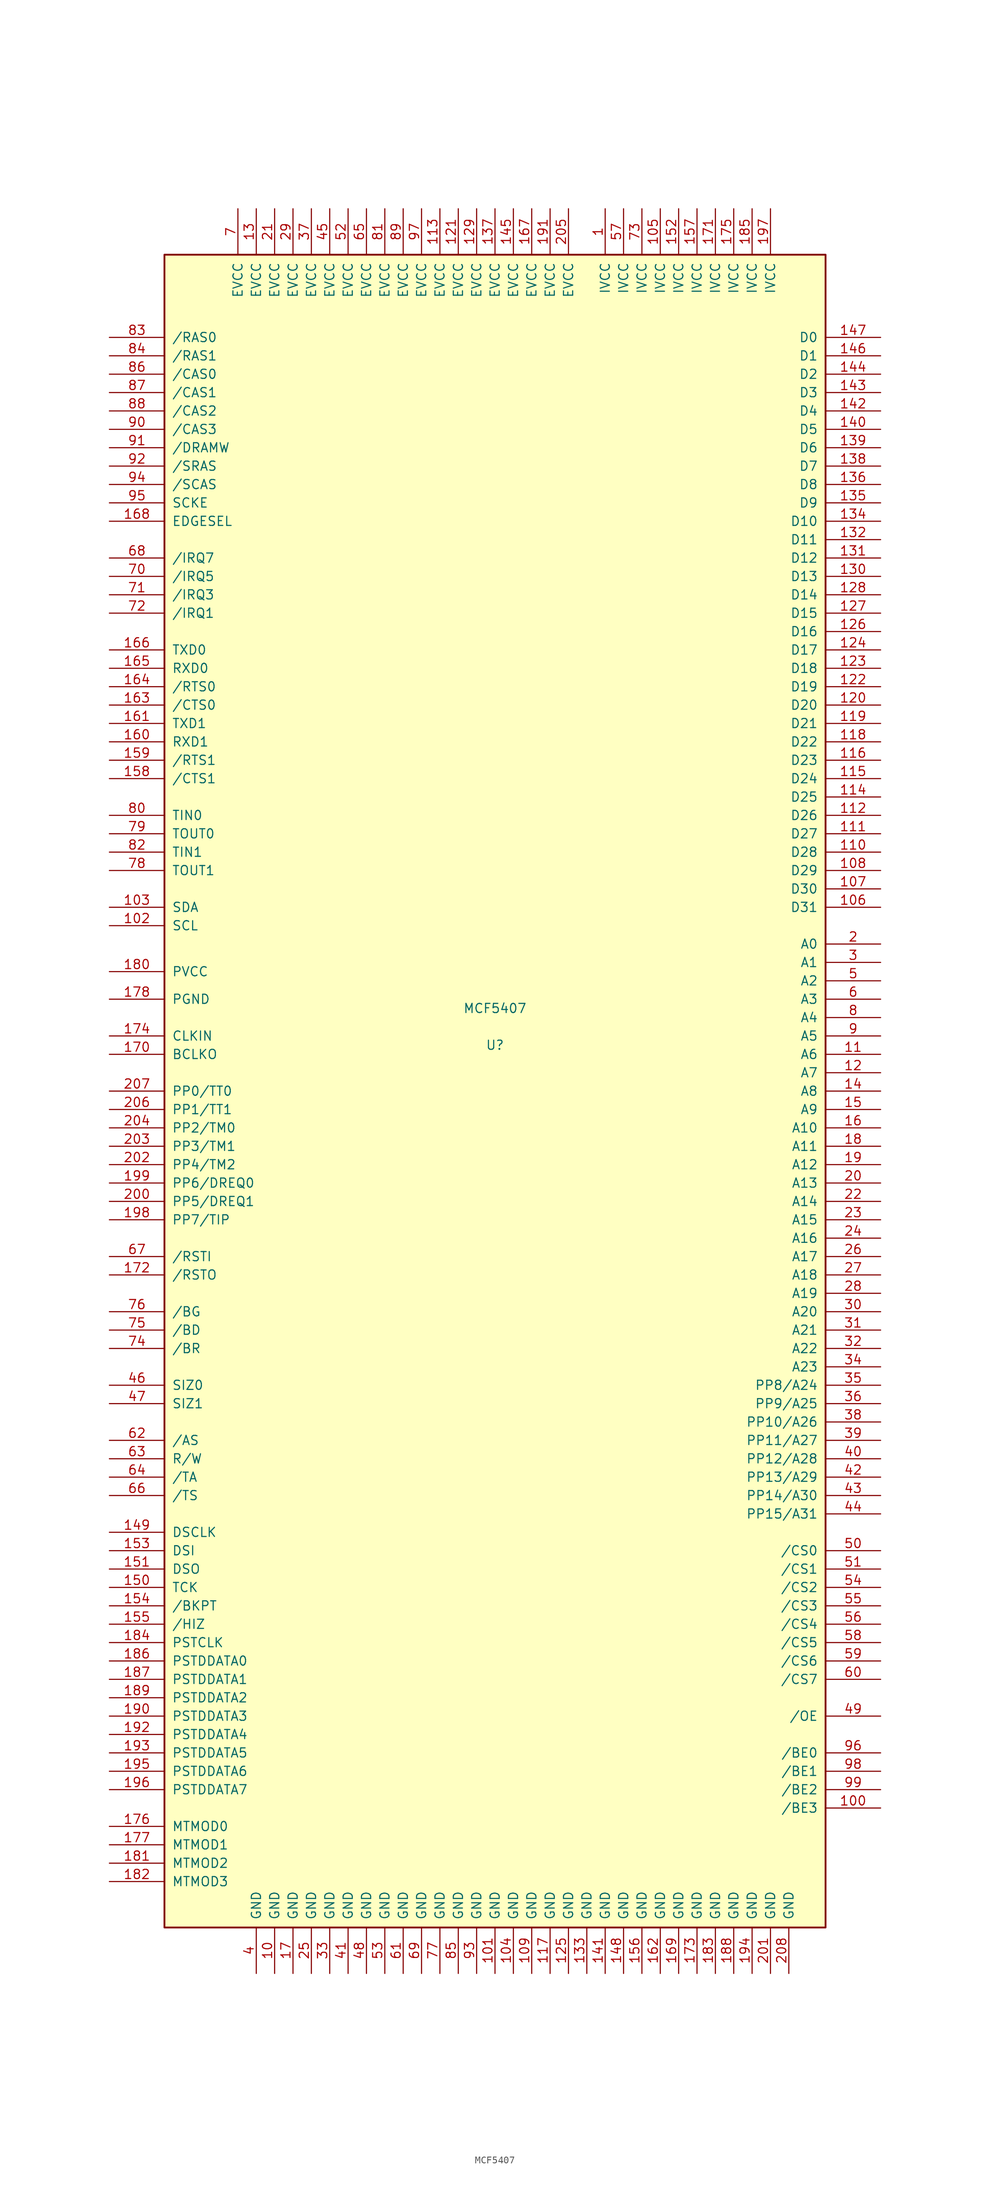
<source format=kicad_sym>
(kicad_symbol_lib
  (version 20201005)
  (generator kicad_symbol_editor)
  (symbol "MCF5407"
    (pin_names
      (offset 1.016))
    (property "Reference" "U"
      (at 0 6.35 0)
      (effects (font (size 1.27 1.27))))
    (property "Value" "MCF5407"
      (at 0 11.43 0)
      (effects (font (size 1.27 1.27))))
    (symbol "MCF5407_0_1"
      (rectangle (start -45.72 115.57) (end 45.72 -115.57) (stroke (width 0.254)) (fill (type background))))
    (symbol "MCF5407_1_1"
      (pin power_in line (at 15.24 121.92 270) (length 6.35) (name "IVCC" (effects (font (size 1.27 1.27)))) (number "1" (effects (font (size 1.27 1.27)))))
      (pin power_in line (at -30.48 -121.92 90) (length 6.35) (name "GND" (effects (font (size 1.27 1.27)))) (number "10" (effects (font (size 1.27 1.27)))))
      (pin bidirectional line (at 53.34 -99.06 180) (length 7.62) (name "/BE3" (effects (font (size 1.27 1.27)))) (number "100" (effects (font (size 1.27 1.27)))))
      (pin power_in line (at 0 -121.92 90) (length 6.35) (name "GND" (effects (font (size 1.27 1.27)))) (number "101" (effects (font (size 1.27 1.27)))))
      (pin bidirectional line (at -53.34 22.86 0) (length 7.62) (name "SCL" (effects (font (size 1.27 1.27)))) (number "102" (effects (font (size 1.27 1.27)))))
      (pin bidirectional line (at -53.34 25.4 0) (length 7.62) (name "SDA" (effects (font (size 1.27 1.27)))) (number "103" (effects (font (size 1.27 1.27)))))
      (pin power_in line (at 2.54 -121.92 90) (length 6.35) (name "GND" (effects (font (size 1.27 1.27)))) (number "104" (effects (font (size 1.27 1.27)))))
      (pin power_in line (at 22.86 121.92 270) (length 6.35) (name "IVCC" (effects (font (size 1.27 1.27)))) (number "105" (effects (font (size 1.27 1.27)))))
      (pin bidirectional line (at 53.34 25.4 180) (length 7.62) (name "D31" (effects (font (size 1.27 1.27)))) (number "106" (effects (font (size 1.27 1.27)))))
      (pin bidirectional line (at 53.34 27.94 180) (length 7.62) (name "D30" (effects (font (size 1.27 1.27)))) (number "107" (effects (font (size 1.27 1.27)))))
      (pin bidirectional line (at 53.34 30.48 180) (length 7.62) (name "D29" (effects (font (size 1.27 1.27)))) (number "108" (effects (font (size 1.27 1.27)))))
      (pin power_in line (at 5.08 -121.92 90) (length 6.35) (name "GND" (effects (font (size 1.27 1.27)))) (number "109" (effects (font (size 1.27 1.27)))))
      (pin bidirectional line (at 53.34 5.08 180) (length 7.62) (name "A6" (effects (font (size 1.27 1.27)))) (number "11" (effects (font (size 1.27 1.27)))))
      (pin bidirectional line (at 53.34 33.02 180) (length 7.62) (name "D28" (effects (font (size 1.27 1.27)))) (number "110" (effects (font (size 1.27 1.27)))))
      (pin bidirectional line (at 53.34 35.56 180) (length 7.62) (name "D27" (effects (font (size 1.27 1.27)))) (number "111" (effects (font (size 1.27 1.27)))))
      (pin bidirectional line (at 53.34 38.1 180) (length 7.62) (name "D26" (effects (font (size 1.27 1.27)))) (number "112" (effects (font (size 1.27 1.27)))))
      (pin power_in line (at -7.62 121.92 270) (length 6.35) (name "EVCC" (effects (font (size 1.27 1.27)))) (number "113" (effects (font (size 1.27 1.27)))))
      (pin bidirectional line (at 53.34 40.64 180) (length 7.62) (name "D25" (effects (font (size 1.27 1.27)))) (number "114" (effects (font (size 1.27 1.27)))))
      (pin bidirectional line (at 53.34 43.18 180) (length 7.62) (name "D24" (effects (font (size 1.27 1.27)))) (number "115" (effects (font (size 1.27 1.27)))))
      (pin bidirectional line (at 53.34 45.72 180) (length 7.62) (name "D23" (effects (font (size 1.27 1.27)))) (number "116" (effects (font (size 1.27 1.27)))))
      (pin power_in line (at 7.62 -121.92 90) (length 6.35) (name "GND" (effects (font (size 1.27 1.27)))) (number "117" (effects (font (size 1.27 1.27)))))
      (pin bidirectional line (at 53.34 48.26 180) (length 7.62) (name "D22" (effects (font (size 1.27 1.27)))) (number "118" (effects (font (size 1.27 1.27)))))
      (pin bidirectional line (at 53.34 50.8 180) (length 7.62) (name "D21" (effects (font (size 1.27 1.27)))) (number "119" (effects (font (size 1.27 1.27)))))
      (pin bidirectional line (at 53.34 2.54 180) (length 7.62) (name "A7" (effects (font (size 1.27 1.27)))) (number "12" (effects (font (size 1.27 1.27)))))
      (pin bidirectional line (at 53.34 53.34 180) (length 7.62) (name "D20" (effects (font (size 1.27 1.27)))) (number "120" (effects (font (size 1.27 1.27)))))
      (pin power_in line (at -5.08 121.92 270) (length 6.35) (name "EVCC" (effects (font (size 1.27 1.27)))) (number "121" (effects (font (size 1.27 1.27)))))
      (pin bidirectional line (at 53.34 55.88 180) (length 7.62) (name "D19" (effects (font (size 1.27 1.27)))) (number "122" (effects (font (size 1.27 1.27)))))
      (pin bidirectional line (at 53.34 58.42 180) (length 7.62) (name "D18" (effects (font (size 1.27 1.27)))) (number "123" (effects (font (size 1.27 1.27)))))
      (pin bidirectional line (at 53.34 60.96 180) (length 7.62) (name "D17" (effects (font (size 1.27 1.27)))) (number "124" (effects (font (size 1.27 1.27)))))
      (pin power_in line (at 10.16 -121.92 90) (length 6.35) (name "GND" (effects (font (size 1.27 1.27)))) (number "125" (effects (font (size 1.27 1.27)))))
      (pin bidirectional line (at 53.34 63.5 180) (length 7.62) (name "D16" (effects (font (size 1.27 1.27)))) (number "126" (effects (font (size 1.27 1.27)))))
      (pin bidirectional line (at 53.34 66.04 180) (length 7.62) (name "D15" (effects (font (size 1.27 1.27)))) (number "127" (effects (font (size 1.27 1.27)))))
      (pin bidirectional line (at 53.34 68.58 180) (length 7.62) (name "D14" (effects (font (size 1.27 1.27)))) (number "128" (effects (font (size 1.27 1.27)))))
      (pin power_in line (at -2.54 121.92 270) (length 6.35) (name "EVCC" (effects (font (size 1.27 1.27)))) (number "129" (effects (font (size 1.27 1.27)))))
      (pin power_in line (at -33.02 121.92 270) (length 6.35) (name "EVCC" (effects (font (size 1.27 1.27)))) (number "13" (effects (font (size 1.27 1.27)))))
      (pin bidirectional line (at 53.34 71.12 180) (length 7.62) (name "D13" (effects (font (size 1.27 1.27)))) (number "130" (effects (font (size 1.27 1.27)))))
      (pin bidirectional line (at 53.34 73.66 180) (length 7.62) (name "D12" (effects (font (size 1.27 1.27)))) (number "131" (effects (font (size 1.27 1.27)))))
      (pin bidirectional line (at 53.34 76.2 180) (length 7.62) (name "D11" (effects (font (size 1.27 1.27)))) (number "132" (effects (font (size 1.27 1.27)))))
      (pin power_in line (at 12.7 -121.92 90) (length 6.35) (name "GND" (effects (font (size 1.27 1.27)))) (number "133" (effects (font (size 1.27 1.27)))))
      (pin bidirectional line (at 53.34 78.74 180) (length 7.62) (name "D10" (effects (font (size 1.27 1.27)))) (number "134" (effects (font (size 1.27 1.27)))))
      (pin bidirectional line (at 53.34 81.28 180) (length 7.62) (name "D9" (effects (font (size 1.27 1.27)))) (number "135" (effects (font (size 1.27 1.27)))))
      (pin bidirectional line (at 53.34 83.82 180) (length 7.62) (name "D8" (effects (font (size 1.27 1.27)))) (number "136" (effects (font (size 1.27 1.27)))))
      (pin power_in line (at 0 121.92 270) (length 6.35) (name "EVCC" (effects (font (size 1.27 1.27)))) (number "137" (effects (font (size 1.27 1.27)))))
      (pin bidirectional line (at 53.34 86.36 180) (length 7.62) (name "D7" (effects (font (size 1.27 1.27)))) (number "138" (effects (font (size 1.27 1.27)))))
      (pin bidirectional line (at 53.34 88.9 180) (length 7.62) (name "D6" (effects (font (size 1.27 1.27)))) (number "139" (effects (font (size 1.27 1.27)))))
      (pin bidirectional line (at 53.34 0 180) (length 7.62) (name "A8" (effects (font (size 1.27 1.27)))) (number "14" (effects (font (size 1.27 1.27)))))
      (pin bidirectional line (at 53.34 91.44 180) (length 7.62) (name "D5" (effects (font (size 1.27 1.27)))) (number "140" (effects (font (size 1.27 1.27)))))
      (pin power_in line (at 15.24 -121.92 90) (length 6.35) (name "GND" (effects (font (size 1.27 1.27)))) (number "141" (effects (font (size 1.27 1.27)))))
      (pin bidirectional line (at 53.34 93.98 180) (length 7.62) (name "D4" (effects (font (size 1.27 1.27)))) (number "142" (effects (font (size 1.27 1.27)))))
      (pin bidirectional line (at 53.34 96.52 180) (length 7.62) (name "D3" (effects (font (size 1.27 1.27)))) (number "143" (effects (font (size 1.27 1.27)))))
      (pin bidirectional line (at 53.34 99.06 180) (length 7.62) (name "D2" (effects (font (size 1.27 1.27)))) (number "144" (effects (font (size 1.27 1.27)))))
      (pin power_in line (at 2.54 121.92 270) (length 6.35) (name "EVCC" (effects (font (size 1.27 1.27)))) (number "145" (effects (font (size 1.27 1.27)))))
      (pin bidirectional line (at 53.34 101.6 180) (length 7.62) (name "D1" (effects (font (size 1.27 1.27)))) (number "146" (effects (font (size 1.27 1.27)))))
      (pin bidirectional line (at 53.34 104.14 180) (length 7.62) (name "D0" (effects (font (size 1.27 1.27)))) (number "147" (effects (font (size 1.27 1.27)))))
      (pin power_in line (at 17.78 -121.92 90) (length 6.35) (name "GND" (effects (font (size 1.27 1.27)))) (number "148" (effects (font (size 1.27 1.27)))))
      (pin input line (at -53.34 -60.96 0) (length 7.62) (name "DSCLK" (effects (font (size 1.27 1.27)))) (number "149" (effects (font (size 1.27 1.27)))))
      (pin bidirectional line (at 53.34 -2.54 180) (length 7.62) (name "A9" (effects (font (size 1.27 1.27)))) (number "15" (effects (font (size 1.27 1.27)))))
      (pin input line (at -53.34 -68.58 0) (length 7.62) (name "TCK" (effects (font (size 1.27 1.27)))) (number "150" (effects (font (size 1.27 1.27)))))
      (pin output line (at -53.34 -66.04 0) (length 7.62) (name "DSO" (effects (font (size 1.27 1.27)))) (number "151" (effects (font (size 1.27 1.27)))))
      (pin power_in line (at 25.4 121.92 270) (length 6.35) (name "IVCC" (effects (font (size 1.27 1.27)))) (number "152" (effects (font (size 1.27 1.27)))))
      (pin input line (at -53.34 -63.5 0) (length 7.62) (name "DSI" (effects (font (size 1.27 1.27)))) (number "153" (effects (font (size 1.27 1.27)))))
      (pin input line (at -53.34 -71.12 0) (length 7.62) (name "/BKPT" (effects (font (size 1.27 1.27)))) (number "154" (effects (font (size 1.27 1.27)))))
      (pin input line (at -53.34 -73.66 0) (length 7.62) (name "/HIZ" (effects (font (size 1.27 1.27)))) (number "155" (effects (font (size 1.27 1.27)))))
      (pin power_in line (at 20.32 -121.92 90) (length 6.35) (name "GND" (effects (font (size 1.27 1.27)))) (number "156" (effects (font (size 1.27 1.27)))))
      (pin power_in line (at 27.94 121.92 270) (length 6.35) (name "IVCC" (effects (font (size 1.27 1.27)))) (number "157" (effects (font (size 1.27 1.27)))))
      (pin input line (at -53.34 43.18 0) (length 7.62) (name "/CTS1" (effects (font (size 1.27 1.27)))) (number "158" (effects (font (size 1.27 1.27)))))
      (pin output line (at -53.34 45.72 0) (length 7.62) (name "/RTS1" (effects (font (size 1.27 1.27)))) (number "159" (effects (font (size 1.27 1.27)))))
      (pin bidirectional line (at 53.34 -5.08 180) (length 7.62) (name "A10" (effects (font (size 1.27 1.27)))) (number "16" (effects (font (size 1.27 1.27)))))
      (pin input line (at -53.34 48.26 0) (length 7.62) (name "RXD1" (effects (font (size 1.27 1.27)))) (number "160" (effects (font (size 1.27 1.27)))))
      (pin output line (at -53.34 50.8 0) (length 7.62) (name "TXD1" (effects (font (size 1.27 1.27)))) (number "161" (effects (font (size 1.27 1.27)))))
      (pin power_in line (at 22.86 -121.92 90) (length 6.35) (name "GND" (effects (font (size 1.27 1.27)))) (number "162" (effects (font (size 1.27 1.27)))))
      (pin input line (at -53.34 53.34 0) (length 7.62) (name "/CTS0" (effects (font (size 1.27 1.27)))) (number "163" (effects (font (size 1.27 1.27)))))
      (pin output line (at -53.34 55.88 0) (length 7.62) (name "/RTS0" (effects (font (size 1.27 1.27)))) (number "164" (effects (font (size 1.27 1.27)))))
      (pin input line (at -53.34 58.42 0) (length 7.62) (name "RXD0" (effects (font (size 1.27 1.27)))) (number "165" (effects (font (size 1.27 1.27)))))
      (pin output line (at -53.34 60.96 0) (length 7.62) (name "TXD0" (effects (font (size 1.27 1.27)))) (number "166" (effects (font (size 1.27 1.27)))))
      (pin power_in line (at 5.08 121.92 270) (length 6.35) (name "EVCC" (effects (font (size 1.27 1.27)))) (number "167" (effects (font (size 1.27 1.27)))))
      (pin input line (at -53.34 78.74 0) (length 7.62) (name "EDGESEL" (effects (font (size 1.27 1.27)))) (number "168" (effects (font (size 1.27 1.27)))))
      (pin power_in line (at 25.4 -121.92 90) (length 6.35) (name "GND" (effects (font (size 1.27 1.27)))) (number "169" (effects (font (size 1.27 1.27)))))
      (pin power_in line (at -27.94 -121.92 90) (length 6.35) (name "GND" (effects (font (size 1.27 1.27)))) (number "17" (effects (font (size 1.27 1.27)))))
      (pin output line (at -53.34 5.08 0) (length 7.62) (name "BCLKO" (effects (font (size 1.27 1.27)))) (number "170" (effects (font (size 1.27 1.27)))))
      (pin power_in line (at 30.48 121.92 270) (length 6.35) (name "IVCC" (effects (font (size 1.27 1.27)))) (number "171" (effects (font (size 1.27 1.27)))))
      (pin output line (at -53.34 -25.4 0) (length 7.62) (name "/RSTO" (effects (font (size 1.27 1.27)))) (number "172" (effects (font (size 1.27 1.27)))))
      (pin power_in line (at 27.94 -121.92 90) (length 6.35) (name "GND" (effects (font (size 1.27 1.27)))) (number "173" (effects (font (size 1.27 1.27)))))
      (pin output line (at -53.34 7.62 0) (length 7.62) (name "CLKIN" (effects (font (size 1.27 1.27)))) (number "174" (effects (font (size 1.27 1.27)))))
      (pin power_in line (at 33.02 121.92 270) (length 6.35) (name "IVCC" (effects (font (size 1.27 1.27)))) (number "175" (effects (font (size 1.27 1.27)))))
      (pin input line (at -53.34 -101.6 0) (length 7.62) (name "MTMOD0" (effects (font (size 1.27 1.27)))) (number "176" (effects (font (size 1.27 1.27)))))
      (pin input line (at -53.34 -104.14 0) (length 7.62) (name "MTMOD1" (effects (font (size 1.27 1.27)))) (number "177" (effects (font (size 1.27 1.27)))))
      (pin passive line (at -53.34 12.7 0) (length 7.62) (name "PGND" (effects (font (size 1.27 1.27)))) (number "178" (effects (font (size 1.27 1.27)))))
      (pin bidirectional line (at 53.34 -7.62 180) (length 7.62) (name "A11" (effects (font (size 1.27 1.27)))) (number "18" (effects (font (size 1.27 1.27)))))
      (pin passive line (at -53.34 16.51 0) (length 7.62) (name "PVCC" (effects (font (size 1.27 1.27)))) (number "180" (effects (font (size 1.27 1.27)))))
      (pin input line (at -53.34 -106.68 0) (length 7.62) (name "MTMOD2" (effects (font (size 1.27 1.27)))) (number "181" (effects (font (size 1.27 1.27)))))
      (pin input line (at -53.34 -109.22 0) (length 7.62) (name "MTMOD3" (effects (font (size 1.27 1.27)))) (number "182" (effects (font (size 1.27 1.27)))))
      (pin power_in line (at 30.48 -121.92 90) (length 6.35) (name "GND" (effects (font (size 1.27 1.27)))) (number "183" (effects (font (size 1.27 1.27)))))
      (pin output line (at -53.34 -76.2 0) (length 7.62) (name "PSTCLK" (effects (font (size 1.27 1.27)))) (number "184" (effects (font (size 1.27 1.27)))))
      (pin power_in line (at 35.56 121.92 270) (length 6.35) (name "IVCC" (effects (font (size 1.27 1.27)))) (number "185" (effects (font (size 1.27 1.27)))))
      (pin output line (at -53.34 -78.74 0) (length 7.62) (name "PSTDDATA0" (effects (font (size 1.27 1.27)))) (number "186" (effects (font (size 1.27 1.27)))))
      (pin output line (at -53.34 -81.28 0) (length 7.62) (name "PSTDDATA1" (effects (font (size 1.27 1.27)))) (number "187" (effects (font (size 1.27 1.27)))))
      (pin power_in line (at 33.02 -121.92 90) (length 6.35) (name "GND" (effects (font (size 1.27 1.27)))) (number "188" (effects (font (size 1.27 1.27)))))
      (pin output line (at -53.34 -83.82 0) (length 7.62) (name "PSTDDATA2" (effects (font (size 1.27 1.27)))) (number "189" (effects (font (size 1.27 1.27)))))
      (pin bidirectional line (at 53.34 -10.16 180) (length 7.62) (name "A12" (effects (font (size 1.27 1.27)))) (number "19" (effects (font (size 1.27 1.27)))))
      (pin output line (at -53.34 -86.36 0) (length 7.62) (name "PSTDDATA3" (effects (font (size 1.27 1.27)))) (number "190" (effects (font (size 1.27 1.27)))))
      (pin power_in line (at 7.62 121.92 270) (length 6.35) (name "EVCC" (effects (font (size 1.27 1.27)))) (number "191" (effects (font (size 1.27 1.27)))))
      (pin output line (at -53.34 -88.9 0) (length 7.62) (name "PSTDDATA4" (effects (font (size 1.27 1.27)))) (number "192" (effects (font (size 1.27 1.27)))))
      (pin output line (at -53.34 -91.44 0) (length 7.62) (name "PSTDDATA5" (effects (font (size 1.27 1.27)))) (number "193" (effects (font (size 1.27 1.27)))))
      (pin power_in line (at 35.56 -121.92 90) (length 6.35) (name "GND" (effects (font (size 1.27 1.27)))) (number "194" (effects (font (size 1.27 1.27)))))
      (pin output line (at -53.34 -93.98 0) (length 7.62) (name "PSTDDATA6" (effects (font (size 1.27 1.27)))) (number "195" (effects (font (size 1.27 1.27)))))
      (pin output line (at -53.34 -96.52 0) (length 7.62) (name "PSTDDATA7" (effects (font (size 1.27 1.27)))) (number "196" (effects (font (size 1.27 1.27)))))
      (pin power_in line (at 38.1 121.92 270) (length 6.35) (name "IVCC" (effects (font (size 1.27 1.27)))) (number "197" (effects (font (size 1.27 1.27)))))
      (pin bidirectional line (at -53.34 -17.78 0) (length 7.62) (name "PP7/TIP" (effects (font (size 1.27 1.27)))) (number "198" (effects (font (size 1.27 1.27)))))
      (pin bidirectional line (at -53.34 -12.7 0) (length 7.62) (name "PP6/DREQ0" (effects (font (size 1.27 1.27)))) (number "199" (effects (font (size 1.27 1.27)))))
      (pin bidirectional line (at 53.34 20.32 180) (length 7.62) (name "A0" (effects (font (size 1.27 1.27)))) (number "2" (effects (font (size 1.27 1.27)))))
      (pin bidirectional line (at 53.34 -12.7 180) (length 7.62) (name "A13" (effects (font (size 1.27 1.27)))) (number "20" (effects (font (size 1.27 1.27)))))
      (pin bidirectional line (at -53.34 -15.24 0) (length 7.62) (name "PP5/DREQ1" (effects (font (size 1.27 1.27)))) (number "200" (effects (font (size 1.27 1.27)))))
      (pin power_in line (at 38.1 -121.92 90) (length 6.35) (name "GND" (effects (font (size 1.27 1.27)))) (number "201" (effects (font (size 1.27 1.27)))))
      (pin bidirectional line (at -53.34 -10.16 0) (length 7.62) (name "PP4/TM2" (effects (font (size 1.27 1.27)))) (number "202" (effects (font (size 1.27 1.27)))))
      (pin bidirectional line (at -53.34 -7.62 0) (length 7.62) (name "PP3/TM1" (effects (font (size 1.27 1.27)))) (number "203" (effects (font (size 1.27 1.27)))))
      (pin bidirectional line (at -53.34 -5.08 0) (length 7.62) (name "PP2/TM0" (effects (font (size 1.27 1.27)))) (number "204" (effects (font (size 1.27 1.27)))))
      (pin power_in line (at 10.16 121.92 270) (length 6.35) (name "EVCC" (effects (font (size 1.27 1.27)))) (number "205" (effects (font (size 1.27 1.27)))))
      (pin bidirectional line (at -53.34 -2.54 0) (length 7.62) (name "PP1/TT1" (effects (font (size 1.27 1.27)))) (number "206" (effects (font (size 1.27 1.27)))))
      (pin bidirectional line (at -53.34 0 0) (length 7.62) (name "PP0/TT0" (effects (font (size 1.27 1.27)))) (number "207" (effects (font (size 1.27 1.27)))))
      (pin power_in line (at 40.64 -121.92 90) (length 6.35) (name "GND" (effects (font (size 1.27 1.27)))) (number "208" (effects (font (size 1.27 1.27)))))
      (pin power_in line (at -30.48 121.92 270) (length 6.35) (name "EVCC" (effects (font (size 1.27 1.27)))) (number "21" (effects (font (size 1.27 1.27)))))
      (pin bidirectional line (at 53.34 -15.24 180) (length 7.62) (name "A14" (effects (font (size 1.27 1.27)))) (number "22" (effects (font (size 1.27 1.27)))))
      (pin bidirectional line (at 53.34 -17.78 180) (length 7.62) (name "A15" (effects (font (size 1.27 1.27)))) (number "23" (effects (font (size 1.27 1.27)))))
      (pin bidirectional line (at 53.34 -20.32 180) (length 7.62) (name "A16" (effects (font (size 1.27 1.27)))) (number "24" (effects (font (size 1.27 1.27)))))
      (pin power_in line (at -25.4 -121.92 90) (length 6.35) (name "GND" (effects (font (size 1.27 1.27)))) (number "25" (effects (font (size 1.27 1.27)))))
      (pin bidirectional line (at 53.34 -22.86 180) (length 7.62) (name "A17" (effects (font (size 1.27 1.27)))) (number "26" (effects (font (size 1.27 1.27)))))
      (pin bidirectional line (at 53.34 -25.4 180) (length 7.62) (name "A18" (effects (font (size 1.27 1.27)))) (number "27" (effects (font (size 1.27 1.27)))))
      (pin bidirectional line (at 53.34 -27.94 180) (length 7.62) (name "A19" (effects (font (size 1.27 1.27)))) (number "28" (effects (font (size 1.27 1.27)))))
      (pin power_in line (at -27.94 121.92 270) (length 6.35) (name "EVCC" (effects (font (size 1.27 1.27)))) (number "29" (effects (font (size 1.27 1.27)))))
      (pin bidirectional line (at 53.34 17.78 180) (length 7.62) (name "A1" (effects (font (size 1.27 1.27)))) (number "3" (effects (font (size 1.27 1.27)))))
      (pin bidirectional line (at 53.34 -30.48 180) (length 7.62) (name "A20" (effects (font (size 1.27 1.27)))) (number "30" (effects (font (size 1.27 1.27)))))
      (pin bidirectional line (at 53.34 -33.02 180) (length 7.62) (name "A21" (effects (font (size 1.27 1.27)))) (number "31" (effects (font (size 1.27 1.27)))))
      (pin bidirectional line (at 53.34 -35.56 180) (length 7.62) (name "A22" (effects (font (size 1.27 1.27)))) (number "32" (effects (font (size 1.27 1.27)))))
      (pin power_in line (at -22.86 -121.92 90) (length 6.35) (name "GND" (effects (font (size 1.27 1.27)))) (number "33" (effects (font (size 1.27 1.27)))))
      (pin bidirectional line (at 53.34 -38.1 180) (length 7.62) (name "A23" (effects (font (size 1.27 1.27)))) (number "34" (effects (font (size 1.27 1.27)))))
      (pin bidirectional line (at 53.34 -40.64 180) (length 7.62) (name "PP8/A24" (effects (font (size 1.27 1.27)))) (number "35" (effects (font (size 1.27 1.27)))))
      (pin bidirectional line (at 53.34 -43.18 180) (length 7.62) (name "PP9/A25" (effects (font (size 1.27 1.27)))) (number "36" (effects (font (size 1.27 1.27)))))
      (pin power_in line (at -25.4 121.92 270) (length 6.35) (name "EVCC" (effects (font (size 1.27 1.27)))) (number "37" (effects (font (size 1.27 1.27)))))
      (pin bidirectional line (at 53.34 -45.72 180) (length 7.62) (name "PP10/A26" (effects (font (size 1.27 1.27)))) (number "38" (effects (font (size 1.27 1.27)))))
      (pin bidirectional line (at 53.34 -48.26 180) (length 7.62) (name "PP11/A27" (effects (font (size 1.27 1.27)))) (number "39" (effects (font (size 1.27 1.27)))))
      (pin power_in line (at -33.02 -121.92 90) (length 6.35) (name "GND" (effects (font (size 1.27 1.27)))) (number "4" (effects (font (size 1.27 1.27)))))
      (pin bidirectional line (at 53.34 -50.8 180) (length 7.62) (name "PP12/A28" (effects (font (size 1.27 1.27)))) (number "40" (effects (font (size 1.27 1.27)))))
      (pin power_in line (at -20.32 -121.92 90) (length 6.35) (name "GND" (effects (font (size 1.27 1.27)))) (number "41" (effects (font (size 1.27 1.27)))))
      (pin bidirectional line (at 53.34 -53.34 180) (length 7.62) (name "PP13/A29" (effects (font (size 1.27 1.27)))) (number "42" (effects (font (size 1.27 1.27)))))
      (pin bidirectional line (at 53.34 -55.88 180) (length 7.62) (name "PP14/A30" (effects (font (size 1.27 1.27)))) (number "43" (effects (font (size 1.27 1.27)))))
      (pin bidirectional line (at 53.34 -58.42 180) (length 7.62) (name "PP15/A31" (effects (font (size 1.27 1.27)))) (number "44" (effects (font (size 1.27 1.27)))))
      (pin power_in line (at -22.86 121.92 270) (length 6.35) (name "EVCC" (effects (font (size 1.27 1.27)))) (number "45" (effects (font (size 1.27 1.27)))))
      (pin bidirectional line (at -53.34 -40.64 0) (length 7.62) (name "SIZ0" (effects (font (size 1.27 1.27)))) (number "46" (effects (font (size 1.27 1.27)))))
      (pin bidirectional line (at -53.34 -43.18 0) (length 7.62) (name "SIZ1" (effects (font (size 1.27 1.27)))) (number "47" (effects (font (size 1.27 1.27)))))
      (pin power_in line (at -17.78 -121.92 90) (length 6.35) (name "GND" (effects (font (size 1.27 1.27)))) (number "48" (effects (font (size 1.27 1.27)))))
      (pin output line (at 53.34 -86.36 180) (length 7.62) (name "/OE" (effects (font (size 1.27 1.27)))) (number "49" (effects (font (size 1.27 1.27)))))
      (pin bidirectional line (at 53.34 15.24 180) (length 7.62) (name "A2" (effects (font (size 1.27 1.27)))) (number "5" (effects (font (size 1.27 1.27)))))
      (pin output line (at 53.34 -63.5 180) (length 7.62) (name "/CS0" (effects (font (size 1.27 1.27)))) (number "50" (effects (font (size 1.27 1.27)))))
      (pin output line (at 53.34 -66.04 180) (length 7.62) (name "/CS1" (effects (font (size 1.27 1.27)))) (number "51" (effects (font (size 1.27 1.27)))))
      (pin power_in line (at -20.32 121.92 270) (length 6.35) (name "EVCC" (effects (font (size 1.27 1.27)))) (number "52" (effects (font (size 1.27 1.27)))))
      (pin power_in line (at -15.24 -121.92 90) (length 6.35) (name "GND" (effects (font (size 1.27 1.27)))) (number "53" (effects (font (size 1.27 1.27)))))
      (pin output line (at 53.34 -68.58 180) (length 7.62) (name "/CS2" (effects (font (size 1.27 1.27)))) (number "54" (effects (font (size 1.27 1.27)))))
      (pin output line (at 53.34 -71.12 180) (length 7.62) (name "/CS3" (effects (font (size 1.27 1.27)))) (number "55" (effects (font (size 1.27 1.27)))))
      (pin output line (at 53.34 -73.66 180) (length 7.62) (name "/CS4" (effects (font (size 1.27 1.27)))) (number "56" (effects (font (size 1.27 1.27)))))
      (pin power_in line (at 17.78 121.92 270) (length 6.35) (name "IVCC" (effects (font (size 1.27 1.27)))) (number "57" (effects (font (size 1.27 1.27)))))
      (pin output line (at 53.34 -76.2 180) (length 7.62) (name "/CS5" (effects (font (size 1.27 1.27)))) (number "58" (effects (font (size 1.27 1.27)))))
      (pin output line (at 53.34 -78.74 180) (length 7.62) (name "/CS6" (effects (font (size 1.27 1.27)))) (number "59" (effects (font (size 1.27 1.27)))))
      (pin bidirectional line (at 53.34 12.7 180) (length 7.62) (name "A3" (effects (font (size 1.27 1.27)))) (number "6" (effects (font (size 1.27 1.27)))))
      (pin output line (at 53.34 -81.28 180) (length 7.62) (name "/CS7" (effects (font (size 1.27 1.27)))) (number "60" (effects (font (size 1.27 1.27)))))
      (pin power_in line (at -12.7 -121.92 90) (length 6.35) (name "GND" (effects (font (size 1.27 1.27)))) (number "61" (effects (font (size 1.27 1.27)))))
      (pin bidirectional line (at -53.34 -48.26 0) (length 7.62) (name "/AS" (effects (font (size 1.27 1.27)))) (number "62" (effects (font (size 1.27 1.27)))))
      (pin bidirectional line (at -53.34 -50.8 0) (length 7.62) (name "R/W" (effects (font (size 1.27 1.27)))) (number "63" (effects (font (size 1.27 1.27)))))
      (pin bidirectional line (at -53.34 -53.34 0) (length 7.62) (name "/TA" (effects (font (size 1.27 1.27)))) (number "64" (effects (font (size 1.27 1.27)))))
      (pin power_in line (at -17.78 121.92 270) (length 6.35) (name "EVCC" (effects (font (size 1.27 1.27)))) (number "65" (effects (font (size 1.27 1.27)))))
      (pin bidirectional line (at -53.34 -55.88 0) (length 7.62) (name "/TS" (effects (font (size 1.27 1.27)))) (number "66" (effects (font (size 1.27 1.27)))))
      (pin input line (at -53.34 -22.86 0) (length 7.62) (name "/RSTI" (effects (font (size 1.27 1.27)))) (number "67" (effects (font (size 1.27 1.27)))))
      (pin input line (at -53.34 73.66 0) (length 7.62) (name "/IRQ7" (effects (font (size 1.27 1.27)))) (number "68" (effects (font (size 1.27 1.27)))))
      (pin power_in line (at -10.16 -121.92 90) (length 6.35) (name "GND" (effects (font (size 1.27 1.27)))) (number "69" (effects (font (size 1.27 1.27)))))
      (pin power_in line (at -35.56 121.92 270) (length 6.35) (name "EVCC" (effects (font (size 1.27 1.27)))) (number "7" (effects (font (size 1.27 1.27)))))
      (pin input line (at -53.34 71.12 0) (length 7.62) (name "/IRQ5" (effects (font (size 1.27 1.27)))) (number "70" (effects (font (size 1.27 1.27)))))
      (pin input line (at -53.34 68.58 0) (length 7.62) (name "/IRQ3" (effects (font (size 1.27 1.27)))) (number "71" (effects (font (size 1.27 1.27)))))
      (pin input line (at -53.34 66.04 0) (length 7.62) (name "/IRQ1" (effects (font (size 1.27 1.27)))) (number "72" (effects (font (size 1.27 1.27)))))
      (pin power_in line (at 20.32 121.92 270) (length 6.35) (name "IVCC" (effects (font (size 1.27 1.27)))) (number "73" (effects (font (size 1.27 1.27)))))
      (pin output line (at -53.34 -35.56 0) (length 7.62) (name "/BR" (effects (font (size 1.27 1.27)))) (number "74" (effects (font (size 1.27 1.27)))))
      (pin output line (at -53.34 -33.02 0) (length 7.62) (name "/BD" (effects (font (size 1.27 1.27)))) (number "75" (effects (font (size 1.27 1.27)))))
      (pin input line (at -53.34 -30.48 0) (length 7.62) (name "/BG" (effects (font (size 1.27 1.27)))) (number "76" (effects (font (size 1.27 1.27)))))
      (pin power_in line (at -7.62 -121.92 90) (length 6.35) (name "GND" (effects (font (size 1.27 1.27)))) (number "77" (effects (font (size 1.27 1.27)))))
      (pin output line (at -53.34 30.48 0) (length 7.62) (name "TOUT1" (effects (font (size 1.27 1.27)))) (number "78" (effects (font (size 1.27 1.27)))))
      (pin output line (at -53.34 35.56 0) (length 7.62) (name "TOUT0" (effects (font (size 1.27 1.27)))) (number "79" (effects (font (size 1.27 1.27)))))
      (pin bidirectional line (at 53.34 10.16 180) (length 7.62) (name "A4" (effects (font (size 1.27 1.27)))) (number "8" (effects (font (size 1.27 1.27)))))
      (pin input line (at -53.34 38.1 0) (length 7.62) (name "TIN0" (effects (font (size 1.27 1.27)))) (number "80" (effects (font (size 1.27 1.27)))))
      (pin power_in line (at -15.24 121.92 270) (length 6.35) (name "EVCC" (effects (font (size 1.27 1.27)))) (number "81" (effects (font (size 1.27 1.27)))))
      (pin input line (at -53.34 33.02 0) (length 7.62) (name "TIN1" (effects (font (size 1.27 1.27)))) (number "82" (effects (font (size 1.27 1.27)))))
      (pin output line (at -53.34 104.14 0) (length 7.62) (name "/RAS0" (effects (font (size 1.27 1.27)))) (number "83" (effects (font (size 1.27 1.27)))))
      (pin output line (at -53.34 101.6 0) (length 7.62) (name "/RAS1" (effects (font (size 1.27 1.27)))) (number "84" (effects (font (size 1.27 1.27)))))
      (pin power_in line (at -5.08 -121.92 90) (length 6.35) (name "GND" (effects (font (size 1.27 1.27)))) (number "85" (effects (font (size 1.27 1.27)))))
      (pin output line (at -53.34 99.06 0) (length 7.62) (name "/CAS0" (effects (font (size 1.27 1.27)))) (number "86" (effects (font (size 1.27 1.27)))))
      (pin output line (at -53.34 96.52 0) (length 7.62) (name "/CAS1" (effects (font (size 1.27 1.27)))) (number "87" (effects (font (size 1.27 1.27)))))
      (pin output line (at -53.34 93.98 0) (length 7.62) (name "/CAS2" (effects (font (size 1.27 1.27)))) (number "88" (effects (font (size 1.27 1.27)))))
      (pin power_in line (at -12.7 121.92 270) (length 6.35) (name "EVCC" (effects (font (size 1.27 1.27)))) (number "89" (effects (font (size 1.27 1.27)))))
      (pin bidirectional line (at 53.34 7.62 180) (length 7.62) (name "A5" (effects (font (size 1.27 1.27)))) (number "9" (effects (font (size 1.27 1.27)))))
      (pin output line (at -53.34 91.44 0) (length 7.62) (name "/CAS3" (effects (font (size 1.27 1.27)))) (number "90" (effects (font (size 1.27 1.27)))))
      (pin output line (at -53.34 88.9 0) (length 7.62) (name "/DRAMW" (effects (font (size 1.27 1.27)))) (number "91" (effects (font (size 1.27 1.27)))))
      (pin output line (at -53.34 86.36 0) (length 7.62) (name "/SRAS" (effects (font (size 1.27 1.27)))) (number "92" (effects (font (size 1.27 1.27)))))
      (pin power_in line (at -2.54 -121.92 90) (length 6.35) (name "GND" (effects (font (size 1.27 1.27)))) (number "93" (effects (font (size 1.27 1.27)))))
      (pin output line (at -53.34 83.82 0) (length 7.62) (name "/SCAS" (effects (font (size 1.27 1.27)))) (number "94" (effects (font (size 1.27 1.27)))))
      (pin output line (at -53.34 81.28 0) (length 7.62) (name "SCKE" (effects (font (size 1.27 1.27)))) (number "95" (effects (font (size 1.27 1.27)))))
      (pin bidirectional line (at 53.34 -91.44 180) (length 7.62) (name "/BE0" (effects (font (size 1.27 1.27)))) (number "96" (effects (font (size 1.27 1.27)))))
      (pin power_in line (at -10.16 121.92 270) (length 6.35) (name "EVCC" (effects (font (size 1.27 1.27)))) (number "97" (effects (font (size 1.27 1.27)))))
      (pin bidirectional line (at 53.34 -93.98 180) (length 7.62) (name "/BE1" (effects (font (size 1.27 1.27)))) (number "98" (effects (font (size 1.27 1.27)))))
      (pin bidirectional line (at 53.34 -96.52 180) (length 7.62) (name "/BE2" (effects (font (size 1.27 1.27)))) (number "99" (effects (font (size 1.27 1.27))))))))
</source>
